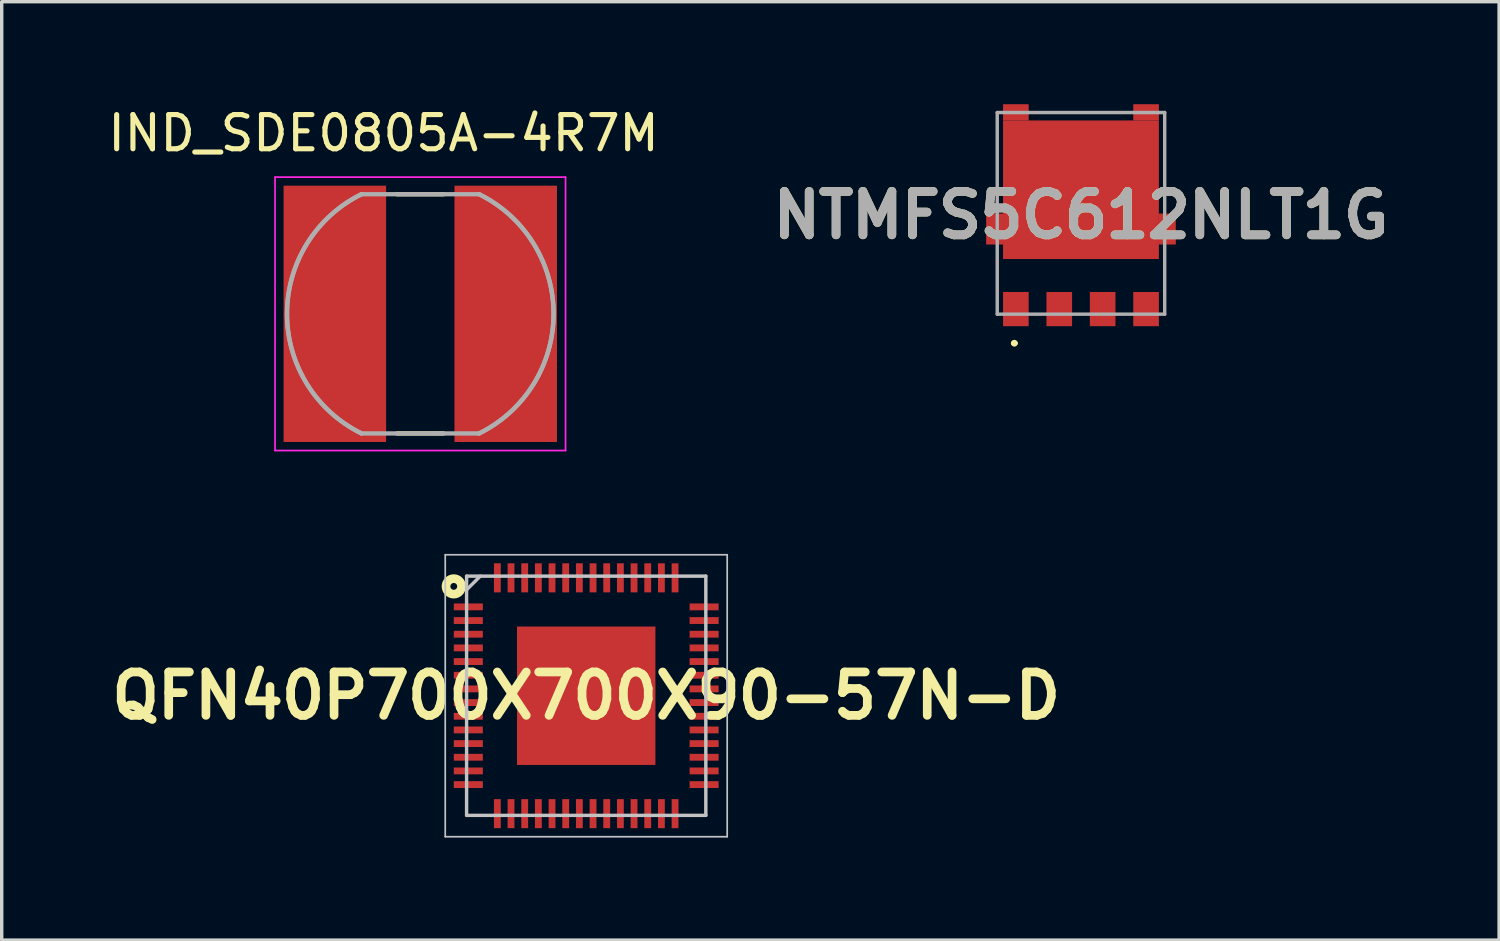
<source format=kicad_pcb>
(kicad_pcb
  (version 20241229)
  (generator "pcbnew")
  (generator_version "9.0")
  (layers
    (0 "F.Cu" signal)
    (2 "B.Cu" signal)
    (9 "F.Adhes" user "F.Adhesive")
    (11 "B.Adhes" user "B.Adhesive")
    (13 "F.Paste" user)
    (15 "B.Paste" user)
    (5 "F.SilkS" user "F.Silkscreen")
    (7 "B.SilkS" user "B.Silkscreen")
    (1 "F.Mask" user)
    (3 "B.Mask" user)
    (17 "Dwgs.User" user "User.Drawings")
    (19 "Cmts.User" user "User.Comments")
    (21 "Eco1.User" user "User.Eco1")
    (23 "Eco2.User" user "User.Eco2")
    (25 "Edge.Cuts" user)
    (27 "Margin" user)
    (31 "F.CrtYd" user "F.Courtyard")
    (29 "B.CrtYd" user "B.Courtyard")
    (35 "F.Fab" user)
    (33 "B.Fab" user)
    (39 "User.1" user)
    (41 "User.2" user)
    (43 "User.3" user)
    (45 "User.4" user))
  (footprint "IND_SDE0805A-4R7M"
    (layer "F.Cu")
    (at 9.248 6.133)
    (property "Reference" "IND_SDE0805A-4R7M" (at -1.075 -5.285 0) (layer "F.SilkS") (effects (font (size 1 1) (thickness 0.15))))
    (attr smd)
    (fp_line (start -0.68 -3.5) (end 0.68 -3.5) (stroke (width 0.127) (type solid)) (layer "F.SilkS"))
    (fp_line (start -0.68 3.5) (end 0.68 3.5) (stroke (width 0.127) (type solid)) (layer "F.SilkS"))
    (fp_line (start -4.25 -4) (end -4.25 4) (stroke (width 0.05) (type solid)) (layer "F.CrtYd"))
    (fp_line (start -4.25 4) (end 4.25 4) (stroke (width 0.05) (type solid)) (layer "F.CrtYd"))
    (fp_line (start 4.25 -4) (end -4.25 -4) (stroke (width 0.05) (type solid)) (layer "F.CrtYd"))
    (fp_line (start 4.25 4) (end 4.25 -4) (stroke (width 0.05) (type solid)) (layer "F.CrtYd"))
    (fp_line (start -1.72 -3.5) (end 1.72 -3.5) (stroke (width 0.127) (type solid)) (layer "F.Fab"))
    (fp_line (start 1.72 3.5) (end -1.72 3.5) (stroke (width 0.127) (type solid)) (layer "F.Fab"))
    (fp_arc (start -1.72047 3.5) (mid -3.900088 0) (end -1.72047 -3.5) (stroke (width 0.127) (type solid)) (layer "F.Fab"))
    (fp_arc (start -1.72047 3.5) (mid -3.900088 0) (end -1.72047 -3.5) (stroke (width 0.127) (type solid)) (layer "F.Fab"))
    (fp_arc (start 1.72047 -3.5) (mid 3.900088 0) (end 1.72047 3.5) (stroke (width 0.127) (type solid)) (layer "F.Fab"))
    (fp_arc (start 1.72047 -3.5) (mid 3.900088 0) (end 1.72047 3.5) (stroke (width 0.127) (type solid)) (layer "F.Fab"))
    (pad "1" smd rect (at -2.5 0) (size 3 7.5) (layers "F.Cu" "F.Mask" "F.Paste"))
    (pad "2" smd rect (at 2.5 0) (size 3 7.5) (layers "F.Cu" "F.Mask" "F.Paste")))
  (footprint "NTMFS5C612NLT1G"
    (layer "F.Cu")
    (at 28.58 3.193)
    (property "Reference" "NTMFS5C612NLT1G" (at 0 0.054 0) (layer "F.SilkS") (effects (font (size 1.27 1.27) (thickness 0.254))))
    (attr smd)
    (fp_line (start -2 3.8) (end -2 3.8) (stroke (width 0.1) (type solid)) (layer "F.SilkS"))
    (fp_line (start -1.9 3.8) (end -1.9 3.8) (stroke (width 0.1) (type solid)) (layer "F.SilkS"))
    (fp_arc (start -2 3.8) (mid -1.95 3.75) (end -1.9 3.8) (stroke (width 0.1) (type solid)) (layer "F.SilkS"))
    (fp_arc (start -1.9 3.8) (mid -1.95 3.85) (end -2 3.8) (stroke (width 0.1) (type solid)) (layer "F.SilkS"))
    (fp_line (start -2.45 -2.95) (end 2.45 -2.95) (stroke (width 0.1) (type solid)) (layer "F.Fab"))
    (fp_line (start -2.45 2.95) (end -2.45 -2.95) (stroke (width 0.1) (type solid)) (layer "F.Fab"))
    (fp_line (start 2.45 -2.95) (end 2.45 2.95) (stroke (width 0.1) (type solid)) (layer "F.Fab"))
    (fp_line (start 2.45 2.95) (end -2.45 2.95) (stroke (width 0.1) (type solid)) (layer "F.Fab"))
    (fp_text user "${REFERENCE}" (at 0 0.054 0) (layer "F.Fab") (effects (font (size 1.27 1.27) (thickness 0.254))))
    (pad "1" smd rect (at -1.905 2.801) (size 0.75 1) (layers "F.Cu" "F.Mask" "F.Paste"))
    (pad "2" smd rect (at -0.635 2.801) (size 0.75 1) (layers "F.Cu" "F.Mask" "F.Paste"))
    (pad "3" smd rect (at 0.635 2.801) (size 0.75 1) (layers "F.Cu" "F.Mask" "F.Paste"))
    (pad "4" smd rect (at 1.905 2.801) (size 0.75 1) (layers "F.Cu" "F.Mask" "F.Paste"))
    (pad "5" smd rect (at 0 -0.691 90) (size 4.055 4.56) (layers "F.Cu" "F.Mask" "F.Paste"))
    (pad "6" smd rect (at 2.527 0.459) (size 0.495 0.905) (layers "F.Cu" "F.Mask" "F.Paste"))
    (pad "7" smd rect (at -2.527 0.459) (size 0.495 0.905) (layers "F.Cu" "F.Mask" "F.Paste"))
    (pad "8" smd rect (at 1.905 -2.956 90) (size 0.475 0.75) (layers "F.Cu" "F.Mask" "F.Paste"))
    (pad "9" smd rect (at -1.905 -2.956 90) (size 0.475 0.75) (layers "F.Cu" "F.Mask" "F.Paste")))
  (footprint "QFN40P700X700X90-57N-D"
    (layer "F.Cu")
    (at 14.103 17.308)
    (property "Reference" "QFN40P700X700X90-57N-D" (at 0 0 0) (layer "F.SilkS") (effects (font (size 1.27 1.27) (thickness 0.254))))
    (attr smd)
    (fp_circle (center -3.875 -3.2) (end -3.775 -3.2) (stroke (width 0.254) (type solid)) (fill no) (layer "F.SilkS"))
    (fp_line (start -4.125 -4.125) (end 4.125 -4.125) (stroke (width 0.05) (type solid)) (layer "Dwgs.User"))
    (fp_line (start -4.125 4.125) (end -4.125 -4.125) (stroke (width 0.05) (type solid)) (layer "Dwgs.User"))
    (fp_line (start -3.5 -3.5) (end 3.5 -3.5) (stroke (width 0.1) (type solid)) (layer "Dwgs.User"))
    (fp_line (start -3.5 -3.1) (end -3.1 -3.5) (stroke (width 0.1) (type solid)) (layer "Dwgs.User"))
    (fp_line (start -3.5 3.5) (end -3.5 -3.5) (stroke (width 0.1) (type solid)) (layer "Dwgs.User"))
    (fp_line (start 3.5 -3.5) (end 3.5 3.5) (stroke (width 0.1) (type solid)) (layer "Dwgs.User"))
    (fp_line (start 3.5 3.5) (end -3.5 3.5) (stroke (width 0.1) (type solid)) (layer "Dwgs.User"))
    (fp_line (start 4.125 -4.125) (end 4.125 4.125) (stroke (width 0.05) (type solid)) (layer "Dwgs.User"))
    (fp_line (start 4.125 4.125) (end -4.125 4.125) (stroke (width 0.05) (type solid)) (layer "Dwgs.User"))
    (pad "1" smd rect (at -3.45 -2.6 90) (size 0.2 0.85) (layers "F.Cu" "F.Mask" "F.Paste"))
    (pad "2" smd rect (at -3.45 -2.2 90) (size 0.2 0.85) (layers "F.Cu" "F.Mask" "F.Paste"))
    (pad "3" smd rect (at -3.45 -1.8 90) (size 0.2 0.85) (layers "F.Cu" "F.Mask" "F.Paste"))
    (pad "4" smd rect (at -3.45 -1.4 90) (size 0.2 0.85) (layers "F.Cu" "F.Mask" "F.Paste"))
    (pad "5" smd rect (at -3.45 -1 90) (size 0.2 0.85) (layers "F.Cu" "F.Mask" "F.Paste"))
    (pad "6" smd rect (at -3.45 -0.6 90) (size 0.2 0.85) (layers "F.Cu" "F.Mask" "F.Paste"))
    (pad "7" smd rect (at -3.45 -0.2 90) (size 0.2 0.85) (layers "F.Cu" "F.Mask" "F.Paste"))
    (pad "8" smd rect (at -3.45 0.2 90) (size 0.2 0.85) (layers "F.Cu" "F.Mask" "F.Paste"))
    (pad "9" smd rect (at -3.45 0.6 90) (size 0.2 0.85) (layers "F.Cu" "F.Mask" "F.Paste"))
    (pad "10" smd rect (at -3.45 1 90) (size 0.2 0.85) (layers "F.Cu" "F.Mask" "F.Paste"))
    (pad "11" smd rect (at -3.45 1.4 90) (size 0.2 0.85) (layers "F.Cu" "F.Mask" "F.Paste"))
    (pad "12" smd rect (at -3.45 1.8 90) (size 0.2 0.85) (layers "F.Cu" "F.Mask" "F.Paste"))
    (pad "13" smd rect (at -3.45 2.2 90) (size 0.2 0.85) (layers "F.Cu" "F.Mask" "F.Paste"))
    (pad "14" smd rect (at -3.45 2.6 90) (size 0.2 0.85) (layers "F.Cu" "F.Mask" "F.Paste"))
    (pad "15" smd rect (at -2.6 3.45) (size 0.2 0.85) (layers "F.Cu" "F.Mask" "F.Paste"))
    (pad "16" smd rect (at -2.2 3.45) (size 0.2 0.85) (layers "F.Cu" "F.Mask" "F.Paste"))
    (pad "17" smd rect (at -1.8 3.45) (size 0.2 0.85) (layers "F.Cu" "F.Mask" "F.Paste"))
    (pad "18" smd rect (at -1.4 3.45) (size 0.2 0.85) (layers "F.Cu" "F.Mask" "F.Paste"))
    (pad "19" smd rect (at -1 3.45) (size 0.2 0.85) (layers "F.Cu" "F.Mask" "F.Paste"))
    (pad "20" smd rect (at -0.6 3.45) (size 0.2 0.85) (layers "F.Cu" "F.Mask" "F.Paste"))
    (pad "21" smd rect (at -0.2 3.45) (size 0.2 0.85) (layers "F.Cu" "F.Mask" "F.Paste"))
    (pad "22" smd rect (at 0.2 3.45) (size 0.2 0.85) (layers "F.Cu" "F.Mask" "F.Paste"))
    (pad "23" smd rect (at 0.6 3.45) (size 0.2 0.85) (layers "F.Cu" "F.Mask" "F.Paste"))
    (pad "24" smd rect (at 1 3.45) (size 0.2 0.85) (layers "F.Cu" "F.Mask" "F.Paste"))
    (pad "25" smd rect (at 1.4 3.45) (size 0.2 0.85) (layers "F.Cu" "F.Mask" "F.Paste"))
    (pad "26" smd rect (at 1.8 3.45) (size 0.2 0.85) (layers "F.Cu" "F.Mask" "F.Paste"))
    (pad "27" smd rect (at 2.2 3.45) (size 0.2 0.85) (layers "F.Cu" "F.Mask" "F.Paste"))
    (pad "28" smd rect (at 2.6 3.45) (size 0.2 0.85) (layers "F.Cu" "F.Mask" "F.Paste"))
    (pad "29" smd rect (at 3.45 2.6 90) (size 0.2 0.85) (layers "F.Cu" "F.Mask" "F.Paste"))
    (pad "30" smd rect (at 3.45 2.2 90) (size 0.2 0.85) (layers "F.Cu" "F.Mask" "F.Paste"))
    (pad "31" smd rect (at 3.45 1.8 90) (size 0.2 0.85) (layers "F.Cu" "F.Mask" "F.Paste"))
    (pad "32" smd rect (at 3.45 1.4 90) (size 0.2 0.85) (layers "F.Cu" "F.Mask" "F.Paste"))
    (pad "33" smd rect (at 3.45 1 90) (size 0.2 0.85) (layers "F.Cu" "F.Mask" "F.Paste"))
    (pad "34" smd rect (at 3.45 0.6 90) (size 0.2 0.85) (layers "F.Cu" "F.Mask" "F.Paste"))
    (pad "35" smd rect (at 3.45 0.2 90) (size 0.2 0.85) (layers "F.Cu" "F.Mask" "F.Paste"))
    (pad "36" smd rect (at 3.45 -0.2 90) (size 0.2 0.85) (layers "F.Cu" "F.Mask" "F.Paste"))
    (pad "37" smd rect (at 3.45 -0.6 90) (size 0.2 0.85) (layers "F.Cu" "F.Mask" "F.Paste"))
    (pad "38" smd rect (at 3.45 -1 90) (size 0.2 0.85) (layers "F.Cu" "F.Mask" "F.Paste"))
    (pad "39" smd rect (at 3.45 -1.4 90) (size 0.2 0.85) (layers "F.Cu" "F.Mask" "F.Paste"))
    (pad "40" smd rect (at 3.45 -1.8 90) (size 0.2 0.85) (layers "F.Cu" "F.Mask" "F.Paste"))
    (pad "41" smd rect (at 3.45 -2.2 90) (size 0.2 0.85) (layers "F.Cu" "F.Mask" "F.Paste"))
    (pad "42" smd rect (at 3.45 -2.6 90) (size 0.2 0.85) (layers "F.Cu" "F.Mask" "F.Paste"))
    (pad "43" smd rect (at 2.6 -3.45) (size 0.2 0.85) (layers "F.Cu" "F.Mask" "F.Paste"))
    (pad "44" smd rect (at 2.2 -3.45) (size 0.2 0.85) (layers "F.Cu" "F.Mask" "F.Paste"))
    (pad "45" smd rect (at 1.8 -3.45) (size 0.2 0.85) (layers "F.Cu" "F.Mask" "F.Paste"))
    (pad "46" smd rect (at 1.4 -3.45) (size 0.2 0.85) (layers "F.Cu" "F.Mask" "F.Paste"))
    (pad "47" smd rect (at 1 -3.45) (size 0.2 0.85) (layers "F.Cu" "F.Mask" "F.Paste"))
    (pad "48" smd rect (at 0.6 -3.45) (size 0.2 0.85) (layers "F.Cu" "F.Mask" "F.Paste"))
    (pad "49" smd rect (at 0.2 -3.45) (size 0.2 0.85) (layers "F.Cu" "F.Mask" "F.Paste"))
    (pad "50" smd rect (at -0.2 -3.45) (size 0.2 0.85) (layers "F.Cu" "F.Mask" "F.Paste"))
    (pad "51" smd rect (at -0.6 -3.45) (size 0.2 0.85) (layers "F.Cu" "F.Mask" "F.Paste"))
    (pad "52" smd rect (at -1 -3.45) (size 0.2 0.85) (layers "F.Cu" "F.Mask" "F.Paste"))
    (pad "53" smd rect (at -1.4 -3.45) (size 0.2 0.85) (layers "F.Cu" "F.Mask" "F.Paste"))
    (pad "54" smd rect (at -1.8 -3.45) (size 0.2 0.85) (layers "F.Cu" "F.Mask" "F.Paste"))
    (pad "55" smd rect (at -2.2 -3.45) (size 0.2 0.85) (layers "F.Cu" "F.Mask" "F.Paste"))
    (pad "56" smd rect (at -2.6 -3.45) (size 0.2 0.85) (layers "F.Cu" "F.Mask" "F.Paste"))
    (pad "57" smd rect (at 0 0) (size 4.05 4.05) (layers "F.Cu" "F.Mask" "F.Paste")))
  (gr_rect
    (start -3 -3)
    (end 40.815 24.458)
    (stroke (width 0.1) (type default))
    (fill no)
    (layer "Edge.Cuts")))
</source>
